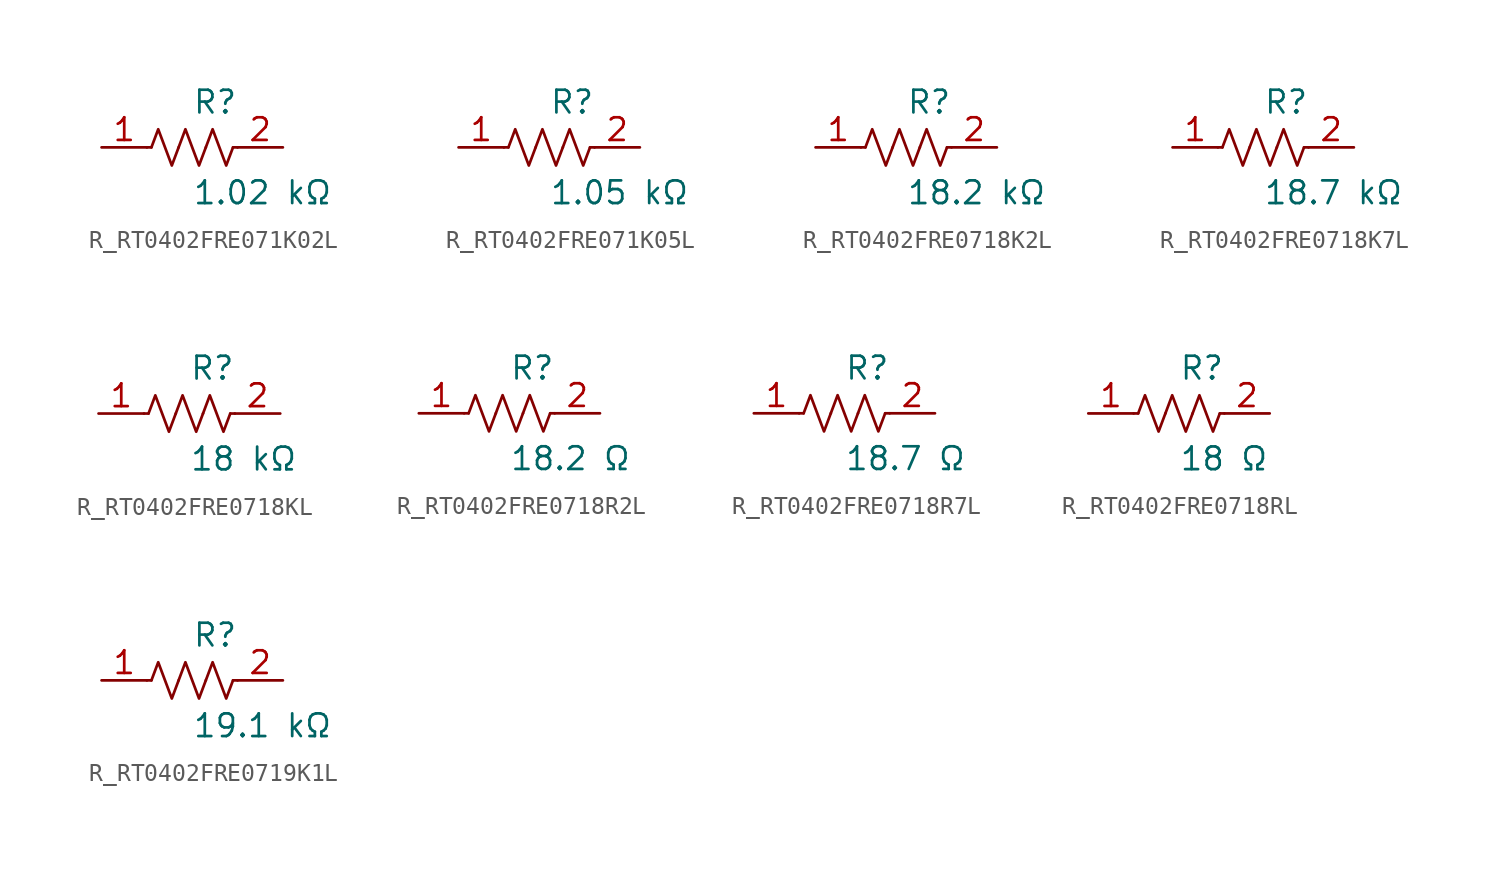
<source format=kicad_sym>
(kicad_symbol_lib
  (version 20231120)
  (generator kicad_symbol_editor)
  (generator_version 8.0)
  (symbol "R_RT0402FRE071K02L"
    (pin_names
      (offset 0.254))
    (property "Reference" "R"
      (at 0.0 2.54 0)
      (effects (font (size 1.27 1.27)) (justify left)))
    (property "Value" "1.02 kΩ"
      (at 0.0 -2.54 0)
      (effects (font (size 1.27 1.27)) (justify left)))
    (symbol "R_RT0402FRE071K02L_0_1"
      (polyline (pts (xy 2.286 0) (xy 2.54 0)) (stroke (width 0) (type default)) (fill (type none)))
      (polyline (pts (xy -2.286 0) (xy -2.54 0)) (stroke (width 0) (type default)) (fill (type none)))
      (polyline (pts (xy 0.762 0) (xy 1.143 1.016) (xy 1.524 0) (xy 1.905 -1.016) (xy 2.286 0)) (stroke (width 0) (type default)) (fill (type none)))
      (polyline (pts (xy -0.762 0) (xy -0.381 1.016) (xy 0 0) (xy 0.381 -1.016) (xy 0.762 0)) (stroke (width 0) (type default)) (fill (type none)))
      (polyline (pts (xy -2.286 0) (xy -1.905 1.016) (xy -1.524 0) (xy -1.143 -1.016) (xy -0.762 0)) (stroke (width 0) (type default)) (fill (type none))))
    (pin unspecified line
      (at -5.08 0 0)
      (length 2.54)
      (name "" (effects (font (size 1.27 1.27))))
      (number "1" (effects (font (size 1.27 1.27)))))
    (pin unspecified line
      (at 5.08 0 180)
      (length 2.54)
      (name "" (effects (font (size 1.27 1.27))))
      (number "2" (effects (font (size 1.27 1.27))))))
  (symbol "R_RT0402FRE071K05L"
    (pin_names
      (offset 0.254))
    (property "Reference" "R"
      (at 0.0 2.54 0)
      (effects (font (size 1.27 1.27)) (justify left)))
    (property "Value" "1.05 kΩ"
      (at 0.0 -2.54 0)
      (effects (font (size 1.27 1.27)) (justify left)))
    (symbol "R_RT0402FRE071K05L_0_1"
      (polyline (pts (xy 2.286 0) (xy 2.54 0)) (stroke (width 0) (type default)) (fill (type none)))
      (polyline (pts (xy -2.286 0) (xy -2.54 0)) (stroke (width 0) (type default)) (fill (type none)))
      (polyline (pts (xy 0.762 0) (xy 1.143 1.016) (xy 1.524 0) (xy 1.905 -1.016) (xy 2.286 0)) (stroke (width 0) (type default)) (fill (type none)))
      (polyline (pts (xy -0.762 0) (xy -0.381 1.016) (xy 0 0) (xy 0.381 -1.016) (xy 0.762 0)) (stroke (width 0) (type default)) (fill (type none)))
      (polyline (pts (xy -2.286 0) (xy -1.905 1.016) (xy -1.524 0) (xy -1.143 -1.016) (xy -0.762 0)) (stroke (width 0) (type default)) (fill (type none))))
    (pin unspecified line
      (at -5.08 0 0)
      (length 2.54)
      (name "" (effects (font (size 1.27 1.27))))
      (number "1" (effects (font (size 1.27 1.27)))))
    (pin unspecified line
      (at 5.08 0 180)
      (length 2.54)
      (name "" (effects (font (size 1.27 1.27))))
      (number "2" (effects (font (size 1.27 1.27))))))
  (symbol "R_RT0402FRE0718K2L"
    (pin_names
      (offset 0.254))
    (property "Reference" "R"
      (at 0.0 2.54 0)
      (effects (font (size 1.27 1.27)) (justify left)))
    (property "Value" "18.2 kΩ"
      (at 0.0 -2.54 0)
      (effects (font (size 1.27 1.27)) (justify left)))
    (symbol "R_RT0402FRE0718K2L_0_1"
      (polyline (pts (xy 2.286 0) (xy 2.54 0)) (stroke (width 0) (type default)) (fill (type none)))
      (polyline (pts (xy -2.286 0) (xy -2.54 0)) (stroke (width 0) (type default)) (fill (type none)))
      (polyline (pts (xy 0.762 0) (xy 1.143 1.016) (xy 1.524 0) (xy 1.905 -1.016) (xy 2.286 0)) (stroke (width 0) (type default)) (fill (type none)))
      (polyline (pts (xy -0.762 0) (xy -0.381 1.016) (xy 0 0) (xy 0.381 -1.016) (xy 0.762 0)) (stroke (width 0) (type default)) (fill (type none)))
      (polyline (pts (xy -2.286 0) (xy -1.905 1.016) (xy -1.524 0) (xy -1.143 -1.016) (xy -0.762 0)) (stroke (width 0) (type default)) (fill (type none))))
    (pin unspecified line
      (at -5.08 0 0)
      (length 2.54)
      (name "" (effects (font (size 1.27 1.27))))
      (number "1" (effects (font (size 1.27 1.27)))))
    (pin unspecified line
      (at 5.08 0 180)
      (length 2.54)
      (name "" (effects (font (size 1.27 1.27))))
      (number "2" (effects (font (size 1.27 1.27))))))
  (symbol "R_RT0402FRE0718K7L"
    (pin_names
      (offset 0.254))
    (property "Reference" "R"
      (at 0.0 2.54 0)
      (effects (font (size 1.27 1.27)) (justify left)))
    (property "Value" "18.7 kΩ"
      (at 0.0 -2.54 0)
      (effects (font (size 1.27 1.27)) (justify left)))
    (symbol "R_RT0402FRE0718K7L_0_1"
      (polyline (pts (xy 2.286 0) (xy 2.54 0)) (stroke (width 0) (type default)) (fill (type none)))
      (polyline (pts (xy -2.286 0) (xy -2.54 0)) (stroke (width 0) (type default)) (fill (type none)))
      (polyline (pts (xy 0.762 0) (xy 1.143 1.016) (xy 1.524 0) (xy 1.905 -1.016) (xy 2.286 0)) (stroke (width 0) (type default)) (fill (type none)))
      (polyline (pts (xy -0.762 0) (xy -0.381 1.016) (xy 0 0) (xy 0.381 -1.016) (xy 0.762 0)) (stroke (width 0) (type default)) (fill (type none)))
      (polyline (pts (xy -2.286 0) (xy -1.905 1.016) (xy -1.524 0) (xy -1.143 -1.016) (xy -0.762 0)) (stroke (width 0) (type default)) (fill (type none))))
    (pin unspecified line
      (at -5.08 0 0)
      (length 2.54)
      (name "" (effects (font (size 1.27 1.27))))
      (number "1" (effects (font (size 1.27 1.27)))))
    (pin unspecified line
      (at 5.08 0 180)
      (length 2.54)
      (name "" (effects (font (size 1.27 1.27))))
      (number "2" (effects (font (size 1.27 1.27))))))
  (symbol "R_RT0402FRE0718KL"
    (pin_names
      (offset 0.254))
    (property "Reference" "R"
      (at 0.0 2.54 0)
      (effects (font (size 1.27 1.27)) (justify left)))
    (property "Value" "18 kΩ"
      (at 0.0 -2.54 0)
      (effects (font (size 1.27 1.27)) (justify left)))
    (symbol "R_RT0402FRE0718KL_0_1"
      (polyline (pts (xy 2.286 0) (xy 2.54 0)) (stroke (width 0) (type default)) (fill (type none)))
      (polyline (pts (xy -2.286 0) (xy -2.54 0)) (stroke (width 0) (type default)) (fill (type none)))
      (polyline (pts (xy 0.762 0) (xy 1.143 1.016) (xy 1.524 0) (xy 1.905 -1.016) (xy 2.286 0)) (stroke (width 0) (type default)) (fill (type none)))
      (polyline (pts (xy -0.762 0) (xy -0.381 1.016) (xy 0 0) (xy 0.381 -1.016) (xy 0.762 0)) (stroke (width 0) (type default)) (fill (type none)))
      (polyline (pts (xy -2.286 0) (xy -1.905 1.016) (xy -1.524 0) (xy -1.143 -1.016) (xy -0.762 0)) (stroke (width 0) (type default)) (fill (type none))))
    (pin unspecified line
      (at -5.08 0 0)
      (length 2.54)
      (name "" (effects (font (size 1.27 1.27))))
      (number "1" (effects (font (size 1.27 1.27)))))
    (pin unspecified line
      (at 5.08 0 180)
      (length 2.54)
      (name "" (effects (font (size 1.27 1.27))))
      (number "2" (effects (font (size 1.27 1.27))))))
  (symbol "R_RT0402FRE0718R2L"
    (pin_names
      (offset 0.254))
    (property "Reference" "R"
      (at 0.0 2.54 0)
      (effects (font (size 1.27 1.27)) (justify left)))
    (property "Value" "18.2 Ω"
      (at 0.0 -2.54 0)
      (effects (font (size 1.27 1.27)) (justify left)))
    (symbol "R_RT0402FRE0718R2L_0_1"
      (polyline (pts (xy 2.286 0) (xy 2.54 0)) (stroke (width 0) (type default)) (fill (type none)))
      (polyline (pts (xy -2.286 0) (xy -2.54 0)) (stroke (width 0) (type default)) (fill (type none)))
      (polyline (pts (xy 0.762 0) (xy 1.143 1.016) (xy 1.524 0) (xy 1.905 -1.016) (xy 2.286 0)) (stroke (width 0) (type default)) (fill (type none)))
      (polyline (pts (xy -0.762 0) (xy -0.381 1.016) (xy 0 0) (xy 0.381 -1.016) (xy 0.762 0)) (stroke (width 0) (type default)) (fill (type none)))
      (polyline (pts (xy -2.286 0) (xy -1.905 1.016) (xy -1.524 0) (xy -1.143 -1.016) (xy -0.762 0)) (stroke (width 0) (type default)) (fill (type none))))
    (pin unspecified line
      (at -5.08 0 0)
      (length 2.54)
      (name "" (effects (font (size 1.27 1.27))))
      (number "1" (effects (font (size 1.27 1.27)))))
    (pin unspecified line
      (at 5.08 0 180)
      (length 2.54)
      (name "" (effects (font (size 1.27 1.27))))
      (number "2" (effects (font (size 1.27 1.27))))))
  (symbol "R_RT0402FRE0718R7L"
    (pin_names
      (offset 0.254))
    (property "Reference" "R"
      (at 0.0 2.54 0)
      (effects (font (size 1.27 1.27)) (justify left)))
    (property "Value" "18.7 Ω"
      (at 0.0 -2.54 0)
      (effects (font (size 1.27 1.27)) (justify left)))
    (symbol "R_RT0402FRE0718R7L_0_1"
      (polyline (pts (xy 2.286 0) (xy 2.54 0)) (stroke (width 0) (type default)) (fill (type none)))
      (polyline (pts (xy -2.286 0) (xy -2.54 0)) (stroke (width 0) (type default)) (fill (type none)))
      (polyline (pts (xy 0.762 0) (xy 1.143 1.016) (xy 1.524 0) (xy 1.905 -1.016) (xy 2.286 0)) (stroke (width 0) (type default)) (fill (type none)))
      (polyline (pts (xy -0.762 0) (xy -0.381 1.016) (xy 0 0) (xy 0.381 -1.016) (xy 0.762 0)) (stroke (width 0) (type default)) (fill (type none)))
      (polyline (pts (xy -2.286 0) (xy -1.905 1.016) (xy -1.524 0) (xy -1.143 -1.016) (xy -0.762 0)) (stroke (width 0) (type default)) (fill (type none))))
    (pin unspecified line
      (at -5.08 0 0)
      (length 2.54)
      (name "" (effects (font (size 1.27 1.27))))
      (number "1" (effects (font (size 1.27 1.27)))))
    (pin unspecified line
      (at 5.08 0 180)
      (length 2.54)
      (name "" (effects (font (size 1.27 1.27))))
      (number "2" (effects (font (size 1.27 1.27))))))
  (symbol "R_RT0402FRE0718RL"
    (pin_names
      (offset 0.254))
    (property "Reference" "R"
      (at 0.0 2.54 0)
      (effects (font (size 1.27 1.27)) (justify left)))
    (property "Value" "18 Ω"
      (at 0.0 -2.54 0)
      (effects (font (size 1.27 1.27)) (justify left)))
    (symbol "R_RT0402FRE0718RL_0_1"
      (polyline (pts (xy 2.286 0) (xy 2.54 0)) (stroke (width 0) (type default)) (fill (type none)))
      (polyline (pts (xy -2.286 0) (xy -2.54 0)) (stroke (width 0) (type default)) (fill (type none)))
      (polyline (pts (xy 0.762 0) (xy 1.143 1.016) (xy 1.524 0) (xy 1.905 -1.016) (xy 2.286 0)) (stroke (width 0) (type default)) (fill (type none)))
      (polyline (pts (xy -0.762 0) (xy -0.381 1.016) (xy 0 0) (xy 0.381 -1.016) (xy 0.762 0)) (stroke (width 0) (type default)) (fill (type none)))
      (polyline (pts (xy -2.286 0) (xy -1.905 1.016) (xy -1.524 0) (xy -1.143 -1.016) (xy -0.762 0)) (stroke (width 0) (type default)) (fill (type none))))
    (pin unspecified line
      (at -5.08 0 0)
      (length 2.54)
      (name "" (effects (font (size 1.27 1.27))))
      (number "1" (effects (font (size 1.27 1.27)))))
    (pin unspecified line
      (at 5.08 0 180)
      (length 2.54)
      (name "" (effects (font (size 1.27 1.27))))
      (number "2" (effects (font (size 1.27 1.27))))))
  (symbol "R_RT0402FRE0719K1L"
    (pin_names
      (offset 0.254))
    (property "Reference" "R"
      (at 0.0 2.54 0)
      (effects (font (size 1.27 1.27)) (justify left)))
    (property "Value" "19.1 kΩ"
      (at 0.0 -2.54 0)
      (effects (font (size 1.27 1.27)) (justify left)))
    (symbol "R_RT0402FRE0719K1L_0_1"
      (polyline (pts (xy 2.286 0) (xy 2.54 0)) (stroke (width 0) (type default)) (fill (type none)))
      (polyline (pts (xy -2.286 0) (xy -2.54 0)) (stroke (width 0) (type default)) (fill (type none)))
      (polyline (pts (xy 0.762 0) (xy 1.143 1.016) (xy 1.524 0) (xy 1.905 -1.016) (xy 2.286 0)) (stroke (width 0) (type default)) (fill (type none)))
      (polyline (pts (xy -0.762 0) (xy -0.381 1.016) (xy 0 0) (xy 0.381 -1.016) (xy 0.762 0)) (stroke (width 0) (type default)) (fill (type none)))
      (polyline (pts (xy -2.286 0) (xy -1.905 1.016) (xy -1.524 0) (xy -1.143 -1.016) (xy -0.762 0)) (stroke (width 0) (type default)) (fill (type none))))
    (pin unspecified line
      (at -5.08 0 0)
      (length 2.54)
      (name "" (effects (font (size 1.27 1.27))))
      (number "1" (effects (font (size 1.27 1.27)))))
    (pin unspecified line
      (at 5.08 0 180)
      (length 2.54)
      (name "" (effects (font (size 1.27 1.27))))
      (number "2" (effects (font (size 1.27 1.27)))))))
</source>
